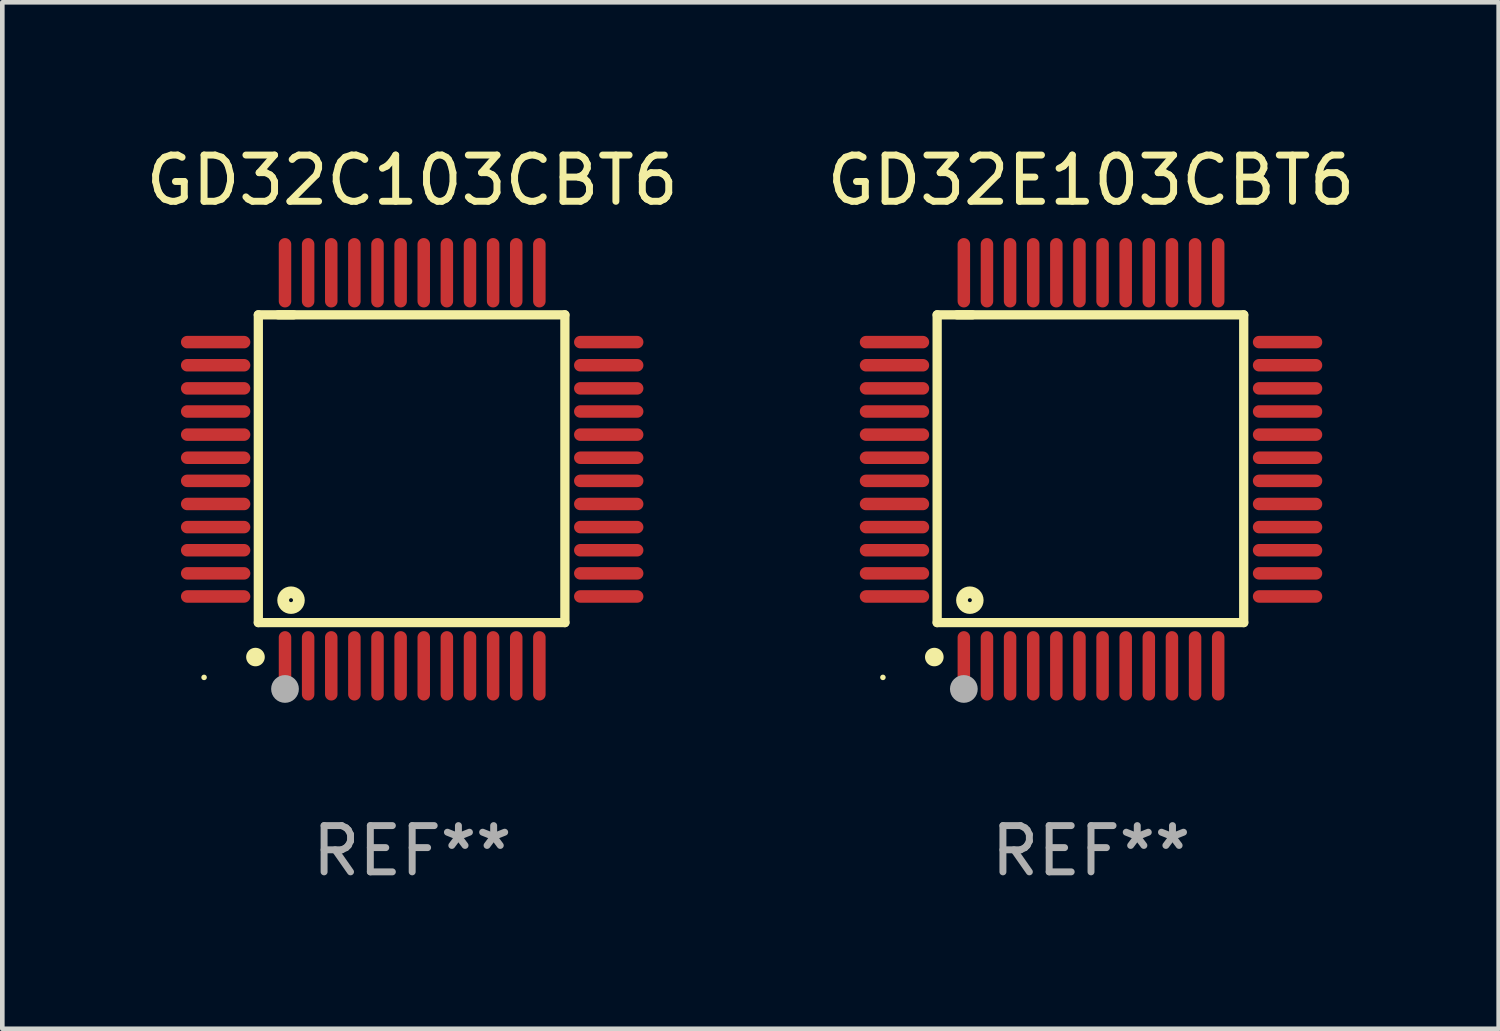
<source format=kicad_pcb>
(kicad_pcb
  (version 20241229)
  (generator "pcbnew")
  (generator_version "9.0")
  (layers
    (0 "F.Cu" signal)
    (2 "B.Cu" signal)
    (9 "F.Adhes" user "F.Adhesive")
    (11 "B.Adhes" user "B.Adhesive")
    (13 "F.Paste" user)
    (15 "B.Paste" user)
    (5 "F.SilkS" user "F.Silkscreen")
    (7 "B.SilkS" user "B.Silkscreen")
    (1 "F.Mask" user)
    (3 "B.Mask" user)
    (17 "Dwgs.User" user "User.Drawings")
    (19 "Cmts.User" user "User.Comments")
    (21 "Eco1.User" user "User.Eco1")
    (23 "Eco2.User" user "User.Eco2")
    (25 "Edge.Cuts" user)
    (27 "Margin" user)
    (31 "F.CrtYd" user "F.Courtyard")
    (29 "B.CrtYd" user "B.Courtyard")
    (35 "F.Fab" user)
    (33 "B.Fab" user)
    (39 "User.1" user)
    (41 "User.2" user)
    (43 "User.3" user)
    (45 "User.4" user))
  (footprint "GD32E103CBT6"
    (layer "F.Cu")
    (at 20.542 7.098)
    (property "Reference" "GD32E103CBT6" (at 0 -6.25 0) (layer "F.SilkS") (effects (font (size 1 1) (thickness 0.15))))
    (attr through_hole)
    (fp_line (start -3.327 -3.34) (end -2.565 -3.34) (stroke (width 0.2) (type solid)) (layer "F.SilkS"))
    (fp_line (start -3.327 3.315) (end -3.327 -3.34) (stroke (width 0.2) (type solid)) (layer "F.SilkS"))
    (fp_line (start -2.896 -3.34) (end 3.302 -3.34) (stroke (width 0.2) (type solid)) (layer "F.SilkS"))
    (fp_line (start 3.302 -3.34) (end 3.302 3.315) (stroke (width 0.2) (type solid)) (layer "F.SilkS"))
    (fp_line (start 3.302 3.315) (end -3.327 3.315) (stroke (width 0.2) (type solid)) (layer "F.SilkS"))
    (fp_arc (start -3.389992 4.059995) (mid -3.388722 4.059991) (end -3.387452 4.059995) (stroke (width 0.4) (type solid)) (layer "F.SilkS"))
    (fp_circle (center -4.5 4.5) (end -4.47 4.5) (stroke (width 0.06) (type solid)) (fill no) (layer "F.SilkS"))
    (fp_circle (center -2.62 2.83) (end -2.45 2.83) (stroke (width 0.254) (type solid)) (fill no) (layer "F.SilkS"))
    (fp_circle (center -2.75 4.75) (end -2.6 4.75) (stroke (width 0.3) (type solid)) (fill no) (layer "F.Fab"))
    (fp_text user "REF**" (at 0 8.25 0) (layer "F.Fab") (effects (font (size 1 1) (thickness 0.15))))
    (pad "1" smd oval (at -2.75 4.25) (size 0.27 1.5) (layers "F.Cu" "F.Mask" "F.Paste"))
    (pad "2" smd oval (at -2.25 4.25) (size 0.27 1.5) (layers "F.Cu" "F.Mask" "F.Paste"))
    (pad "3" smd oval (at -1.75 4.25) (size 0.27 1.5) (layers "F.Cu" "F.Mask" "F.Paste"))
    (pad "4" smd oval (at -1.25 4.25) (size 0.27 1.5) (layers "F.Cu" "F.Mask" "F.Paste"))
    (pad "5" smd oval (at -0.75 4.25) (size 0.27 1.5) (layers "F.Cu" "F.Mask" "F.Paste"))
    (pad "6" smd oval (at -0.25 4.25) (size 0.27 1.5) (layers "F.Cu" "F.Mask" "F.Paste"))
    (pad "7" smd oval (at 0.25 4.25) (size 0.27 1.5) (layers "F.Cu" "F.Mask" "F.Paste"))
    (pad "8" smd oval (at 0.75 4.25) (size 0.27 1.5) (layers "F.Cu" "F.Mask" "F.Paste"))
    (pad "9" smd oval (at 1.25 4.25) (size 0.27 1.5) (layers "F.Cu" "F.Mask" "F.Paste"))
    (pad "10" smd oval (at 1.75 4.25) (size 0.27 1.5) (layers "F.Cu" "F.Mask" "F.Paste"))
    (pad "11" smd oval (at 2.25 4.25) (size 0.27 1.5) (layers "F.Cu" "F.Mask" "F.Paste"))
    (pad "12" smd oval (at 2.75 4.25) (size 0.27 1.5) (layers "F.Cu" "F.Mask" "F.Paste"))
    (pad "13" smd oval (at 4.25 2.75) (size 1.5 0.27) (layers "F.Cu" "F.Mask" "F.Paste"))
    (pad "14" smd oval (at 4.25 2.25) (size 1.5 0.27) (layers "F.Cu" "F.Mask" "F.Paste"))
    (pad "15" smd oval (at 4.25 1.75) (size 1.5 0.27) (layers "F.Cu" "F.Mask" "F.Paste"))
    (pad "16" smd oval (at 4.25 1.25) (size 1.5 0.27) (layers "F.Cu" "F.Mask" "F.Paste"))
    (pad "17" smd oval (at 4.25 0.75) (size 1.5 0.27) (layers "F.Cu" "F.Mask" "F.Paste"))
    (pad "18" smd oval (at 4.25 0.25) (size 1.5 0.27) (layers "F.Cu" "F.Mask" "F.Paste"))
    (pad "19" smd oval (at 4.25 -0.25) (size 1.5 0.27) (layers "F.Cu" "F.Mask" "F.Paste"))
    (pad "20" smd oval (at 4.25 -0.75) (size 1.5 0.27) (layers "F.Cu" "F.Mask" "F.Paste"))
    (pad "21" smd oval (at 4.25 -1.25) (size 1.5 0.27) (layers "F.Cu" "F.Mask" "F.Paste"))
    (pad "22" smd oval (at 4.25 -1.75) (size 1.5 0.27) (layers "F.Cu" "F.Mask" "F.Paste"))
    (pad "23" smd oval (at 4.25 -2.25) (size 1.5 0.27) (layers "F.Cu" "F.Mask" "F.Paste"))
    (pad "24" smd oval (at 4.25 -2.75) (size 1.5 0.27) (layers "F.Cu" "F.Mask" "F.Paste"))
    (pad "25" smd oval (at 2.75 -4.25) (size 0.27 1.5) (layers "F.Cu" "F.Mask" "F.Paste"))
    (pad "26" smd oval (at 2.25 -4.25) (size 0.27 1.5) (layers "F.Cu" "F.Mask" "F.Paste"))
    (pad "27" smd oval (at 1.75 -4.25) (size 0.27 1.5) (layers "F.Cu" "F.Mask" "F.Paste"))
    (pad "28" smd oval (at 1.25 -4.25) (size 0.27 1.5) (layers "F.Cu" "F.Mask" "F.Paste"))
    (pad "29" smd oval (at 0.75 -4.25) (size 0.27 1.5) (layers "F.Cu" "F.Mask" "F.Paste"))
    (pad "30" smd oval (at 0.25 -4.25) (size 0.27 1.5) (layers "F.Cu" "F.Mask" "F.Paste"))
    (pad "31" smd oval (at -0.25 -4.25) (size 0.27 1.5) (layers "F.Cu" "F.Mask" "F.Paste"))
    (pad "32" smd oval (at -0.75 -4.25) (size 0.27 1.5) (layers "F.Cu" "F.Mask" "F.Paste"))
    (pad "33" smd oval (at -1.25 -4.25) (size 0.27 1.5) (layers "F.Cu" "F.Mask" "F.Paste"))
    (pad "34" smd oval (at -1.75 -4.25) (size 0.27 1.5) (layers "F.Cu" "F.Mask" "F.Paste"))
    (pad "35" smd oval (at -2.25 -4.25) (size 0.27 1.5) (layers "F.Cu" "F.Mask" "F.Paste"))
    (pad "36" smd oval (at -2.75 -4.25) (size 0.27 1.5) (layers "F.Cu" "F.Mask" "F.Paste"))
    (pad "37" smd oval (at -4.25 -2.75) (size 1.5 0.27) (layers "F.Cu" "F.Mask" "F.Paste"))
    (pad "38" smd oval (at -4.25 -2.25) (size 1.5 0.27) (layers "F.Cu" "F.Mask" "F.Paste"))
    (pad "39" smd oval (at -4.25 -1.75) (size 1.5 0.27) (layers "F.Cu" "F.Mask" "F.Paste"))
    (pad "40" smd oval (at -4.25 -1.25) (size 1.5 0.27) (layers "F.Cu" "F.Mask" "F.Paste"))
    (pad "41" smd oval (at -4.25 -0.75) (size 1.5 0.27) (layers "F.Cu" "F.Mask" "F.Paste"))
    (pad "42" smd oval (at -4.25 -0.25) (size 1.5 0.27) (layers "F.Cu" "F.Mask" "F.Paste"))
    (pad "43" smd oval (at -4.25 0.25) (size 1.5 0.27) (layers "F.Cu" "F.Mask" "F.Paste"))
    (pad "44" smd oval (at -4.25 0.75) (size 1.5 0.27) (layers "F.Cu" "F.Mask" "F.Paste"))
    (pad "45" smd oval (at -4.25 1.25) (size 1.5 0.27) (layers "F.Cu" "F.Mask" "F.Paste"))
    (pad "46" smd oval (at -4.25 1.75) (size 1.5 0.27) (layers "F.Cu" "F.Mask" "F.Paste"))
    (pad "47" smd oval (at -4.25 2.25) (size 1.5 0.27) (layers "F.Cu" "F.Mask" "F.Paste"))
    (pad "48" smd oval (at -4.25 2.75) (size 1.5 0.27) (layers "F.Cu" "F.Mask" "F.Paste")))
  (footprint "GD32C103CBT6"
    (layer "F.Cu")
    (at 5.863 7.098)
    (property "Reference" "GD32C103CBT6" (at 0 -6.25 0) (layer "F.SilkS") (effects (font (size 1 1) (thickness 0.15))))
    (attr through_hole)
    (fp_line (start -3.327 -3.34) (end -2.565 -3.34) (stroke (width 0.2) (type solid)) (layer "F.SilkS"))
    (fp_line (start -3.327 3.315) (end -3.327 -3.34) (stroke (width 0.2) (type solid)) (layer "F.SilkS"))
    (fp_line (start -2.896 -3.34) (end 3.302 -3.34) (stroke (width 0.2) (type solid)) (layer "F.SilkS"))
    (fp_line (start 3.302 -3.34) (end 3.302 3.315) (stroke (width 0.2) (type solid)) (layer "F.SilkS"))
    (fp_line (start 3.302 3.315) (end -3.327 3.315) (stroke (width 0.2) (type solid)) (layer "F.SilkS"))
    (fp_arc (start -3.389992 4.059995) (mid -3.388722 4.059991) (end -3.387452 4.059995) (stroke (width 0.4) (type solid)) (layer "F.SilkS"))
    (fp_circle (center -4.5 4.5) (end -4.47 4.5) (stroke (width 0.06) (type solid)) (fill no) (layer "F.SilkS"))
    (fp_circle (center -2.62 2.83) (end -2.45 2.83) (stroke (width 0.254) (type solid)) (fill no) (layer "F.SilkS"))
    (fp_circle (center -2.75 4.75) (end -2.6 4.75) (stroke (width 0.3) (type solid)) (fill no) (layer "F.Fab"))
    (fp_text user "REF**" (at 0 8.25 0) (layer "F.Fab") (effects (font (size 1 1) (thickness 0.15))))
    (pad "1" smd oval (at -2.75 4.25) (size 0.27 1.5) (layers "F.Cu" "F.Mask" "F.Paste"))
    (pad "2" smd oval (at -2.25 4.25) (size 0.27 1.5) (layers "F.Cu" "F.Mask" "F.Paste"))
    (pad "3" smd oval (at -1.75 4.25) (size 0.27 1.5) (layers "F.Cu" "F.Mask" "F.Paste"))
    (pad "4" smd oval (at -1.25 4.25) (size 0.27 1.5) (layers "F.Cu" "F.Mask" "F.Paste"))
    (pad "5" smd oval (at -0.75 4.25) (size 0.27 1.5) (layers "F.Cu" "F.Mask" "F.Paste"))
    (pad "6" smd oval (at -0.25 4.25) (size 0.27 1.5) (layers "F.Cu" "F.Mask" "F.Paste"))
    (pad "7" smd oval (at 0.25 4.25) (size 0.27 1.5) (layers "F.Cu" "F.Mask" "F.Paste"))
    (pad "8" smd oval (at 0.75 4.25) (size 0.27 1.5) (layers "F.Cu" "F.Mask" "F.Paste"))
    (pad "9" smd oval (at 1.25 4.25) (size 0.27 1.5) (layers "F.Cu" "F.Mask" "F.Paste"))
    (pad "10" smd oval (at 1.75 4.25) (size 0.27 1.5) (layers "F.Cu" "F.Mask" "F.Paste"))
    (pad "11" smd oval (at 2.25 4.25) (size 0.27 1.5) (layers "F.Cu" "F.Mask" "F.Paste"))
    (pad "12" smd oval (at 2.75 4.25) (size 0.27 1.5) (layers "F.Cu" "F.Mask" "F.Paste"))
    (pad "13" smd oval (at 4.25 2.75) (size 1.5 0.27) (layers "F.Cu" "F.Mask" "F.Paste"))
    (pad "14" smd oval (at 4.25 2.25) (size 1.5 0.27) (layers "F.Cu" "F.Mask" "F.Paste"))
    (pad "15" smd oval (at 4.25 1.75) (size 1.5 0.27) (layers "F.Cu" "F.Mask" "F.Paste"))
    (pad "16" smd oval (at 4.25 1.25) (size 1.5 0.27) (layers "F.Cu" "F.Mask" "F.Paste"))
    (pad "17" smd oval (at 4.25 0.75) (size 1.5 0.27) (layers "F.Cu" "F.Mask" "F.Paste"))
    (pad "18" smd oval (at 4.25 0.25) (size 1.5 0.27) (layers "F.Cu" "F.Mask" "F.Paste"))
    (pad "19" smd oval (at 4.25 -0.25) (size 1.5 0.27) (layers "F.Cu" "F.Mask" "F.Paste"))
    (pad "20" smd oval (at 4.25 -0.75) (size 1.5 0.27) (layers "F.Cu" "F.Mask" "F.Paste"))
    (pad "21" smd oval (at 4.25 -1.25) (size 1.5 0.27) (layers "F.Cu" "F.Mask" "F.Paste"))
    (pad "22" smd oval (at 4.25 -1.75) (size 1.5 0.27) (layers "F.Cu" "F.Mask" "F.Paste"))
    (pad "23" smd oval (at 4.25 -2.25) (size 1.5 0.27) (layers "F.Cu" "F.Mask" "F.Paste"))
    (pad "24" smd oval (at 4.25 -2.75) (size 1.5 0.27) (layers "F.Cu" "F.Mask" "F.Paste"))
    (pad "25" smd oval (at 2.75 -4.25) (size 0.27 1.5) (layers "F.Cu" "F.Mask" "F.Paste"))
    (pad "26" smd oval (at 2.25 -4.25) (size 0.27 1.5) (layers "F.Cu" "F.Mask" "F.Paste"))
    (pad "27" smd oval (at 1.75 -4.25) (size 0.27 1.5) (layers "F.Cu" "F.Mask" "F.Paste"))
    (pad "28" smd oval (at 1.25 -4.25) (size 0.27 1.5) (layers "F.Cu" "F.Mask" "F.Paste"))
    (pad "29" smd oval (at 0.75 -4.25) (size 0.27 1.5) (layers "F.Cu" "F.Mask" "F.Paste"))
    (pad "30" smd oval (at 0.25 -4.25) (size 0.27 1.5) (layers "F.Cu" "F.Mask" "F.Paste"))
    (pad "31" smd oval (at -0.25 -4.25) (size 0.27 1.5) (layers "F.Cu" "F.Mask" "F.Paste"))
    (pad "32" smd oval (at -0.75 -4.25) (size 0.27 1.5) (layers "F.Cu" "F.Mask" "F.Paste"))
    (pad "33" smd oval (at -1.25 -4.25) (size 0.27 1.5) (layers "F.Cu" "F.Mask" "F.Paste"))
    (pad "34" smd oval (at -1.75 -4.25) (size 0.27 1.5) (layers "F.Cu" "F.Mask" "F.Paste"))
    (pad "35" smd oval (at -2.25 -4.25) (size 0.27 1.5) (layers "F.Cu" "F.Mask" "F.Paste"))
    (pad "36" smd oval (at -2.75 -4.25) (size 0.27 1.5) (layers "F.Cu" "F.Mask" "F.Paste"))
    (pad "37" smd oval (at -4.25 -2.75) (size 1.5 0.27) (layers "F.Cu" "F.Mask" "F.Paste"))
    (pad "38" smd oval (at -4.25 -2.25) (size 1.5 0.27) (layers "F.Cu" "F.Mask" "F.Paste"))
    (pad "39" smd oval (at -4.25 -1.75) (size 1.5 0.27) (layers "F.Cu" "F.Mask" "F.Paste"))
    (pad "40" smd oval (at -4.25 -1.25) (size 1.5 0.27) (layers "F.Cu" "F.Mask" "F.Paste"))
    (pad "41" smd oval (at -4.25 -0.75) (size 1.5 0.27) (layers "F.Cu" "F.Mask" "F.Paste"))
    (pad "42" smd oval (at -4.25 -0.25) (size 1.5 0.27) (layers "F.Cu" "F.Mask" "F.Paste"))
    (pad "43" smd oval (at -4.25 0.25) (size 1.5 0.27) (layers "F.Cu" "F.Mask" "F.Paste"))
    (pad "44" smd oval (at -4.25 0.75) (size 1.5 0.27) (layers "F.Cu" "F.Mask" "F.Paste"))
    (pad "45" smd oval (at -4.25 1.25) (size 1.5 0.27) (layers "F.Cu" "F.Mask" "F.Paste"))
    (pad "46" smd oval (at -4.25 1.75) (size 1.5 0.27) (layers "F.Cu" "F.Mask" "F.Paste"))
    (pad "47" smd oval (at -4.25 2.25) (size 1.5 0.27) (layers "F.Cu" "F.Mask" "F.Paste"))
    (pad "48" smd oval (at -4.25 2.75) (size 1.5 0.27) (layers "F.Cu" "F.Mask" "F.Paste")))
  (gr_rect
    (start -3 -3)
    (end 29.357 19.196)
    (stroke (width 0.1) (type default))
    (fill no)
    (layer "Edge.Cuts")))
</source>
